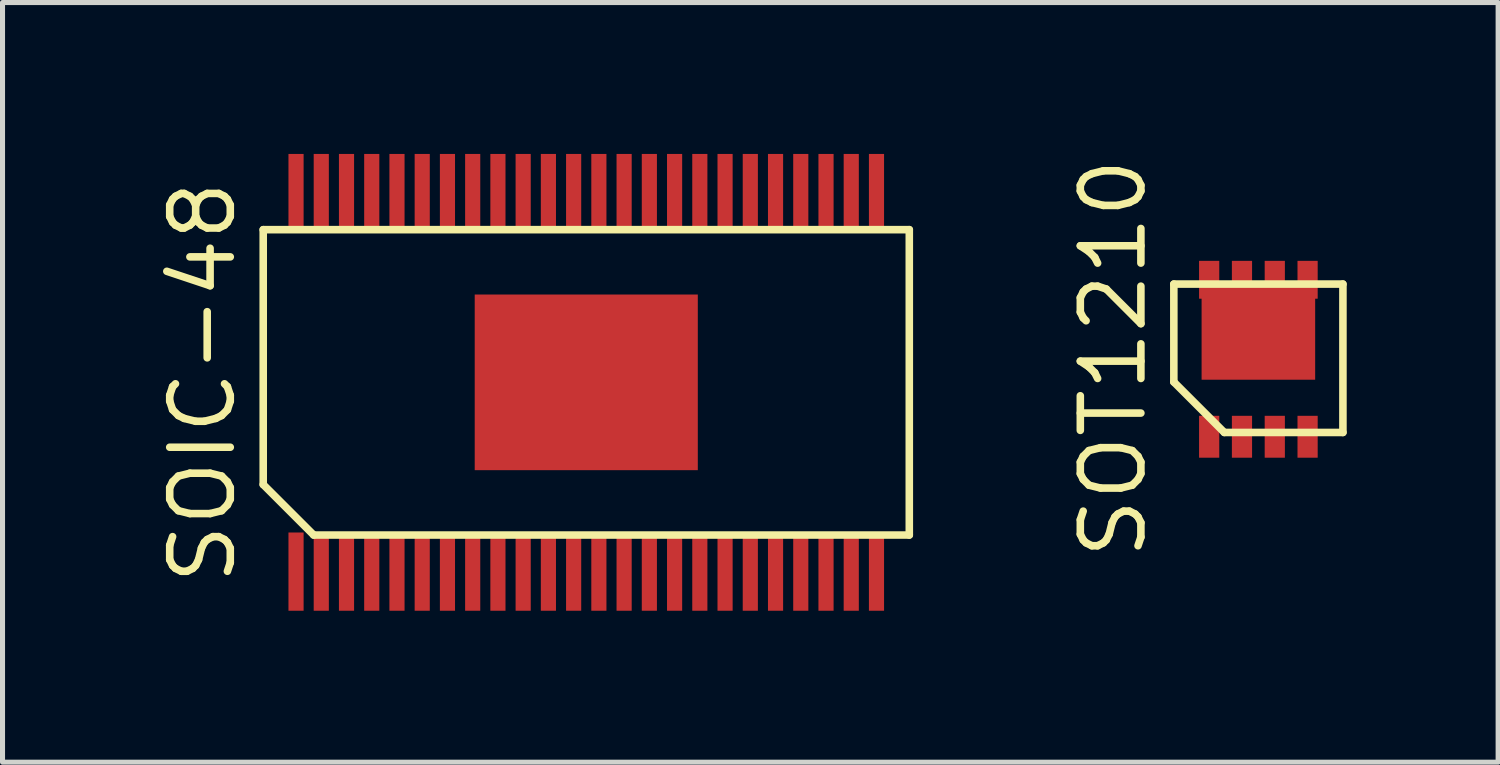
<source format=kicad_pcb>
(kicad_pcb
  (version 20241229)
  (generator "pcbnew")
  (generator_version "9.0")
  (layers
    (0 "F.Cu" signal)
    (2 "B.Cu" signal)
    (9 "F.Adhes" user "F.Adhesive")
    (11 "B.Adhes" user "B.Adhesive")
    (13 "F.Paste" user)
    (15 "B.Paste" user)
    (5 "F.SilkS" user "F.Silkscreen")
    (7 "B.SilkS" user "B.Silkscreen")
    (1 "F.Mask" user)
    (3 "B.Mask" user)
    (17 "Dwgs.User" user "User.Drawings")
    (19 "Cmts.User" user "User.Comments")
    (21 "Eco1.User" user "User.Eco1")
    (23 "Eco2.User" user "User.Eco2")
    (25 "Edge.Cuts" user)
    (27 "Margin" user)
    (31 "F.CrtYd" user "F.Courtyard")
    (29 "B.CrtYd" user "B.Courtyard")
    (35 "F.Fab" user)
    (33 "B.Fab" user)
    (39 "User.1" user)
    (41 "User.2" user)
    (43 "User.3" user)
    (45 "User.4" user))
  (footprint "SOIC-48"
    (layer "F.Cu")
    (at 8.565 4.525)
    (property "Reference" "SOIC-48" (at -7.6 0 90) (layer "F.SilkS") (effects (font (size 1.2 1.2) (thickness 0.15))))
    (attr through_hole)
    (fp_line (start -6.4 -3.025) (end 6.4 -3.025) (stroke (width 0.15) (type solid)) (layer "F.SilkS"))
    (fp_line (start -6.4 2.025) (end -6.4 -3.025) (stroke (width 0.15) (type solid)) (layer "F.SilkS"))
    (fp_line (start -5.4 3.025) (end -6.4 2.025) (stroke (width 0.15) (type solid)) (layer "F.SilkS"))
    (fp_line (start 6.4 3.025) (end -5.4 3.025) (stroke (width 0.15) (type solid)) (layer "F.SilkS"))
    (fp_line (start 6.4 3.025) (end 6.4 -3.025) (stroke (width 0.15) (type solid)) (layer "F.SilkS"))
    (pad "1" smd rect (at -5.75 3.75) (size 0.3 1.55) (layers "F.Cu" "F.Mask" "F.Paste"))
    (pad "2" smd rect (at -5.25 3.75) (size 0.3 1.55) (layers "F.Cu" "F.Mask" "F.Paste"))
    (pad "3" smd rect (at -4.75 3.75) (size 0.3 1.55) (layers "F.Cu" "F.Mask" "F.Paste"))
    (pad "4" smd rect (at -4.25 3.75) (size 0.3 1.55) (layers "F.Cu" "F.Mask" "F.Paste"))
    (pad "5" smd rect (at -3.75 3.75) (size 0.3 1.55) (layers "F.Cu" "F.Mask" "F.Paste"))
    (pad "6" smd rect (at -3.25 3.75) (size 0.3 1.55) (layers "F.Cu" "F.Mask" "F.Paste"))
    (pad "7" smd rect (at -2.75 3.75) (size 0.3 1.55) (layers "F.Cu" "F.Mask" "F.Paste"))
    (pad "8" smd rect (at -2.25 3.75) (size 0.3 1.55) (layers "F.Cu" "F.Mask" "F.Paste"))
    (pad "9" smd rect (at -1.75 3.75) (size 0.3 1.55) (layers "F.Cu" "F.Mask" "F.Paste"))
    (pad "10" smd rect (at -1.25 3.75) (size 0.3 1.55) (layers "F.Cu" "F.Mask" "F.Paste"))
    (pad "11" smd rect (at -0.75 3.75) (size 0.3 1.55) (layers "F.Cu" "F.Mask" "F.Paste"))
    (pad "12" smd rect (at -0.25 3.75) (size 0.3 1.55) (layers "F.Cu" "F.Mask" "F.Paste"))
    (pad "13" smd rect (at 0.25 3.75) (size 0.3 1.55) (layers "F.Cu" "F.Mask" "F.Paste"))
    (pad "14" smd rect (at 0.75 3.75) (size 0.3 1.55) (layers "F.Cu" "F.Mask" "F.Paste"))
    (pad "15" smd rect (at 1.25 3.75) (size 0.3 1.55) (layers "F.Cu" "F.Mask" "F.Paste"))
    (pad "16" smd rect (at 1.75 3.75) (size 0.3 1.55) (layers "F.Cu" "F.Mask" "F.Paste"))
    (pad "17" smd rect (at 2.25 3.75) (size 0.3 1.55) (layers "F.Cu" "F.Mask" "F.Paste"))
    (pad "18" smd rect (at 2.75 3.75) (size 0.3 1.55) (layers "F.Cu" "F.Mask" "F.Paste"))
    (pad "19" smd rect (at 3.25 3.75) (size 0.3 1.55) (layers "F.Cu" "F.Mask" "F.Paste"))
    (pad "20" smd rect (at 3.75 3.75) (size 0.3 1.55) (layers "F.Cu" "F.Mask" "F.Paste"))
    (pad "21" smd rect (at 4.25 3.75) (size 0.3 1.55) (layers "F.Cu" "F.Mask" "F.Paste"))
    (pad "22" smd rect (at 4.75 3.75) (size 0.3 1.55) (layers "F.Cu" "F.Mask" "F.Paste"))
    (pad "23" smd rect (at 5.25 3.75) (size 0.3 1.55) (layers "F.Cu" "F.Mask" "F.Paste"))
    (pad "24" smd rect (at 5.75 3.75) (size 0.3 1.55) (layers "F.Cu" "F.Mask" "F.Paste"))
    (pad "25" smd rect (at 5.75 -3.75) (size 0.3 1.55) (layers "F.Cu" "F.Mask" "F.Paste"))
    (pad "26" smd rect (at 5.25 -3.75) (size 0.3 1.55) (layers "F.Cu" "F.Mask" "F.Paste"))
    (pad "27" smd rect (at 4.75 -3.75) (size 0.3 1.55) (layers "F.Cu" "F.Mask" "F.Paste"))
    (pad "28" smd rect (at 4.25 -3.75) (size 0.3 1.55) (layers "F.Cu" "F.Mask" "F.Paste"))
    (pad "29" smd rect (at 3.75 -3.75) (size 0.3 1.55) (layers "F.Cu" "F.Mask" "F.Paste"))
    (pad "30" smd rect (at 3.25 -3.75) (size 0.3 1.55) (layers "F.Cu" "F.Mask" "F.Paste"))
    (pad "31" smd rect (at 2.75 -3.75) (size 0.3 1.55) (layers "F.Cu" "F.Mask" "F.Paste"))
    (pad "32" smd rect (at 2.25 -3.75) (size 0.3 1.55) (layers "F.Cu" "F.Mask" "F.Paste"))
    (pad "33" smd rect (at 1.75 -3.75) (size 0.3 1.55) (layers "F.Cu" "F.Mask" "F.Paste"))
    (pad "34" smd rect (at 1.25 -3.75) (size 0.3 1.55) (layers "F.Cu" "F.Mask" "F.Paste"))
    (pad "35" smd rect (at 0.75 -3.75) (size 0.3 1.55) (layers "F.Cu" "F.Mask" "F.Paste"))
    (pad "36" smd rect (at 0.25 -3.75) (size 0.3 1.55) (layers "F.Cu" "F.Mask" "F.Paste"))
    (pad "37" smd rect (at -0.25 -3.75) (size 0.3 1.55) (layers "F.Cu" "F.Mask" "F.Paste"))
    (pad "38" smd rect (at -0.75 -3.75) (size 0.3 1.55) (layers "F.Cu" "F.Mask" "F.Paste"))
    (pad "39" smd rect (at -1.25 -3.75) (size 0.3 1.55) (layers "F.Cu" "F.Mask" "F.Paste"))
    (pad "40" smd rect (at -1.75 -3.75) (size 0.3 1.55) (layers "F.Cu" "F.Mask" "F.Paste"))
    (pad "41" smd rect (at -2.25 -3.75) (size 0.3 1.55) (layers "F.Cu" "F.Mask" "F.Paste"))
    (pad "42" smd rect (at -2.75 -3.75) (size 0.3 1.55) (layers "F.Cu" "F.Mask" "F.Paste"))
    (pad "43" smd rect (at -3.25 -3.75) (size 0.3 1.55) (layers "F.Cu" "F.Mask" "F.Paste"))
    (pad "44" smd rect (at -3.75 -3.75) (size 0.3 1.55) (layers "F.Cu" "F.Mask" "F.Paste"))
    (pad "45" smd rect (at -4.25 -3.75) (size 0.3 1.55) (layers "F.Cu" "F.Mask" "F.Paste"))
    (pad "46" smd rect (at -4.75 -3.75) (size 0.3 1.55) (layers "F.Cu" "F.Mask" "F.Paste"))
    (pad "47" smd rect (at -5.25 -3.75) (size 0.3 1.55) (layers "F.Cu" "F.Mask" "F.Paste"))
    (pad "48" smd rect (at -5.75 -3.75) (size 0.3 1.55) (layers "F.Cu" "F.Mask" "F.Paste"))
    (pad "49" smd rect (at 0 0) (size 4.42 3.48) (layers "F.Cu" "F.Mask" "F.Paste")))
  (footprint "SOT1210"
    (layer "F.Cu")
    (at 21.881 4.048)
    (property "Reference" "SOT1210" (at -2.875 0 90) (layer "F.SilkS") (effects (font (size 1.2 1.2) (thickness 0.15))))
    (attr through_hole)
    (fp_line (start -1.675 -1.47) (end 1.675 -1.47) (stroke (width 0.15) (type solid)) (layer "F.SilkS"))
    (fp_line (start -1.675 0.47) (end -1.675 -1.47) (stroke (width 0.15) (type solid)) (layer "F.SilkS"))
    (fp_line (start -0.675 1.47) (end -1.675 0.47) (stroke (width 0.15) (type solid)) (layer "F.SilkS"))
    (fp_line (start 1.675 1.47) (end -0.675 1.47) (stroke (width 0.15) (type solid)) (layer "F.SilkS"))
    (fp_line (start 1.675 1.47) (end 1.675 -1.47) (stroke (width 0.15) (type solid)) (layer "F.SilkS"))
    (pad "1" smd rect (at -0.975 -1.555) (size 0.4 0.75) (layers "F.Cu" "F.Mask" "F.Paste"))
    (pad "1" smd rect (at -0.325 -1.555) (size 0.4 0.75) (layers "F.Cu" "F.Mask" "F.Paste"))
    (pad "1" smd rect (at 0 -0.5) (size 2.25 1.85) (layers "F.Cu" "F.Mask" "F.Paste"))
    (pad "1" smd rect (at 0.325 -1.555) (size 0.4 0.75) (layers "F.Cu" "F.Mask" "F.Paste"))
    (pad "1" smd rect (at 0.975 -1.555) (size 0.4 0.75) (layers "F.Cu" "F.Mask" "F.Paste"))
    (pad "2" smd rect (at 0.975 1.555) (size 0.4 0.83) (layers "F.Cu" "F.Mask" "F.Paste"))
    (pad "3" smd rect (at -0.975 1.555) (size 0.4 0.83) (layers "F.Cu" "F.Mask" "F.Paste"))
    (pad "3" smd rect (at -0.325 1.555) (size 0.4 0.83) (layers "F.Cu" "F.Mask" "F.Paste"))
    (pad "3" smd rect (at 0.325 1.555) (size 0.4 0.83) (layers "F.Cu" "F.Mask" "F.Paste")))
  (gr_rect
    (start -3 -3)
    (end 26.631 12.05)
    (stroke (width 0.1) (type default))
    (fill no)
    (layer "Edge.Cuts")))
</source>
